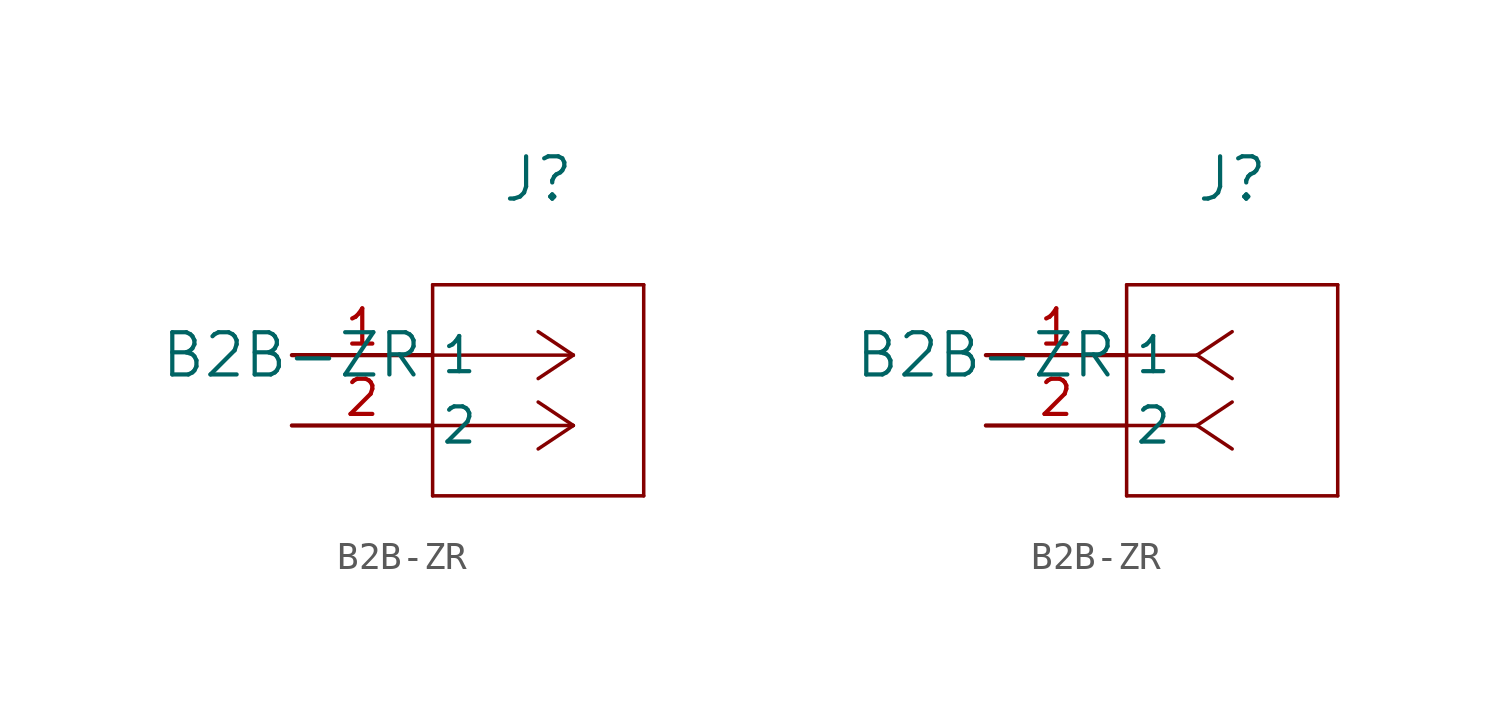
<source format=kicad_sym>
(kicad_symbol_lib
  (version 20211014)
  (generator kicad_symbol_editor)
  (symbol "B2B-ZR"
    (pin_names
      (offset 0.254))
    (property "Reference" "J"
      (at 8.89 6.35 0)
      (effects (font (size 1.524 1.524))))
    (property "Value" "B2B-ZR"
      (at 0 0 0)
      (effects (font (size 1.524 1.524))))
    (symbol "B2B-ZR_1_1"
      (polyline (pts (xy 10.16 0) (xy 5.08 0)) (stroke (width 0.127) (type default) (color 0 0 0 0)) (fill (type none)))
      (polyline (pts (xy 10.16 -2.54) (xy 5.08 -2.54)) (stroke (width 0.127) (type default) (color 0 0 0 0)) (fill (type none)))
      (polyline (pts (xy 10.16 0) (xy 8.89 0.847)) (stroke (width 0.127) (type default) (color 0 0 0 0)) (fill (type none)))
      (polyline (pts (xy 10.16 -2.54) (xy 8.89 -1.693)) (stroke (width 0.127) (type default) (color 0 0 0 0)) (fill (type none)))
      (polyline (pts (xy 10.16 0) (xy 8.89 -0.847)) (stroke (width 0.127) (type default) (color 0 0 0 0)) (fill (type none)))
      (polyline (pts (xy 10.16 -2.54) (xy 8.89 -3.387)) (stroke (width 0.127) (type default) (color 0 0 0 0)) (fill (type none)))
      (polyline (pts (xy 5.08 2.54) (xy 5.08 -5.08)) (stroke (width 0.127) (type default) (color 0 0 0 0)) (fill (type none)))
      (polyline (pts (xy 5.08 -5.08) (xy 12.7 -5.08)) (stroke (width 0.127) (type default) (color 0 0 0 0)) (fill (type none)))
      (polyline (pts (xy 12.7 -5.08) (xy 12.7 2.54)) (stroke (width 0.127) (type default) (color 0 0 0 0)) (fill (type none)))
      (polyline (pts (xy 12.7 2.54) (xy 5.08 2.54)) (stroke (width 0.127) (type default) (color 0 0 0 0)) (fill (type none)))
      (pin unspecified line (at 0 0 0) (length 5.08) (name "1" (effects (font (size 1.27 1.27)))) (number "1" (effects (font (size 1.27 1.27)))))
      (pin unspecified line (at 0 -2.54 0) (length 5.08) (name "2" (effects (font (size 1.27 1.27)))) (number "2" (effects (font (size 1.27 1.27))))))
    (symbol "B2B-ZR_1_2"
      (polyline (pts (xy 7.62 0) (xy 5.08 0)) (stroke (width 0.127) (type default) (color 0 0 0 0)) (fill (type none)))
      (polyline (pts (xy 7.62 -2.54) (xy 5.08 -2.54)) (stroke (width 0.127) (type default) (color 0 0 0 0)) (fill (type none)))
      (polyline (pts (xy 7.62 0) (xy 8.89 0.847)) (stroke (width 0.127) (type default) (color 0 0 0 0)) (fill (type none)))
      (polyline (pts (xy 7.62 -2.54) (xy 8.89 -1.693)) (stroke (width 0.127) (type default) (color 0 0 0 0)) (fill (type none)))
      (polyline (pts (xy 7.62 0) (xy 8.89 -0.847)) (stroke (width 0.127) (type default) (color 0 0 0 0)) (fill (type none)))
      (polyline (pts (xy 7.62 -2.54) (xy 8.89 -3.387)) (stroke (width 0.127) (type default) (color 0 0 0 0)) (fill (type none)))
      (polyline (pts (xy 5.08 2.54) (xy 5.08 -5.08)) (stroke (width 0.127) (type default) (color 0 0 0 0)) (fill (type none)))
      (polyline (pts (xy 5.08 -5.08) (xy 12.7 -5.08)) (stroke (width 0.127) (type default) (color 0 0 0 0)) (fill (type none)))
      (polyline (pts (xy 12.7 -5.08) (xy 12.7 2.54)) (stroke (width 0.127) (type default) (color 0 0 0 0)) (fill (type none)))
      (polyline (pts (xy 12.7 2.54) (xy 5.08 2.54)) (stroke (width 0.127) (type default) (color 0 0 0 0)) (fill (type none)))
      (pin unspecified line (at 0 0 0) (length 5.08) (name "1" (effects (font (size 1.27 1.27)))) (number "1" (effects (font (size 1.27 1.27)))))
      (pin unspecified line (at 0 -2.54 0) (length 5.08) (name "2" (effects (font (size 1.27 1.27)))) (number "2" (effects (font (size 1.27 1.27))))))))
</source>
